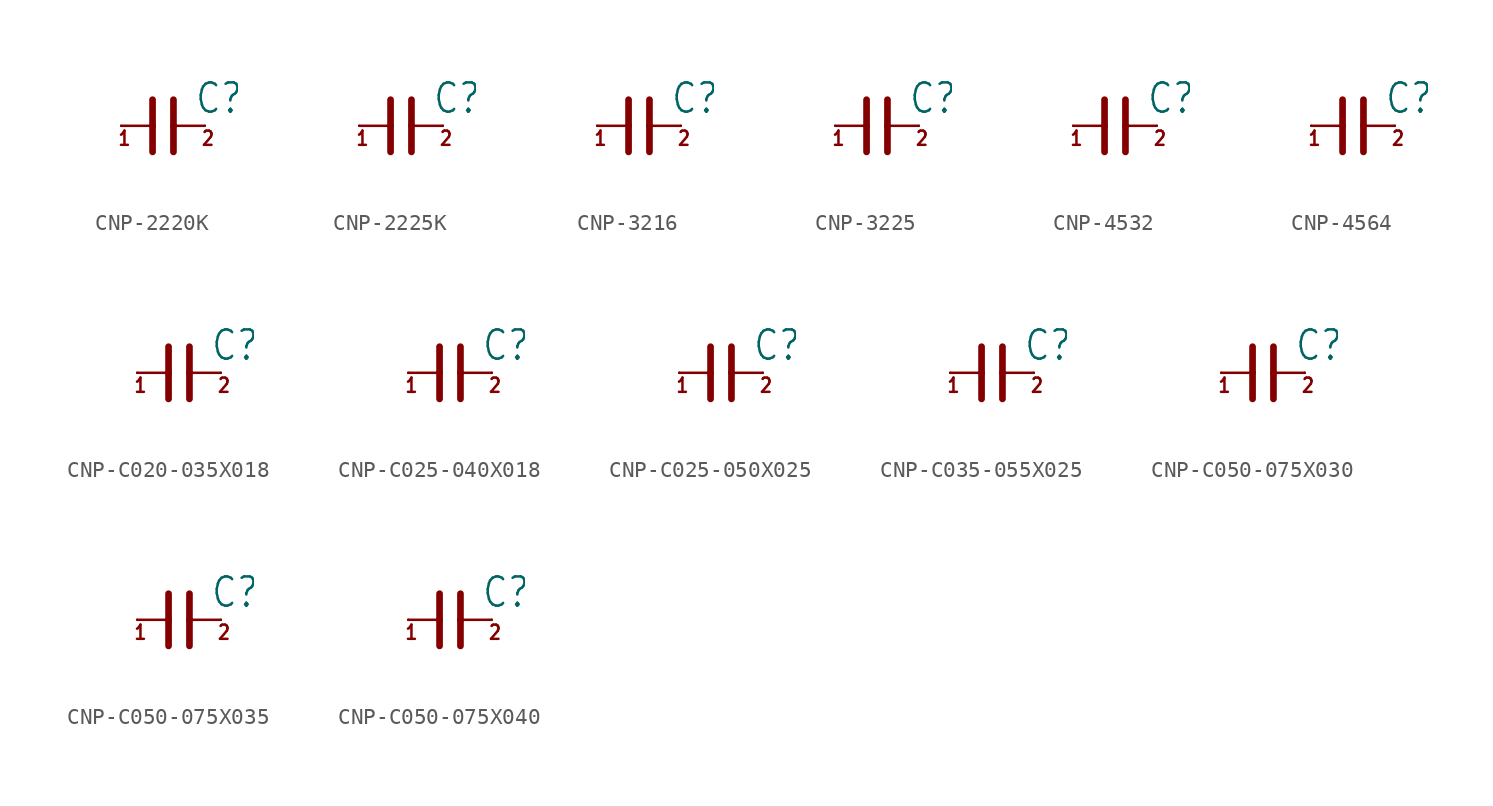
<source format=kicad_sym>
(kicad_symbol_lib
  (version 20241209)
  (generator "kicad_symbol_editor")
  (generator_version "9.0")
  (symbol "CNP-2220K"
    (property "Reference" "C"
      (at 1.905 0.635 0)
      (effects (font (size 1.778 1.511)) (justify left bottom)))
    (property "Value" ""
      (at -5.08 -4.128 0)
      (effects (font (size 1.778 1.511)) (justify left bottom)))
    (property "ki_locked" ""
      (at 0 0 0)
      (effects (font (size 1.27 1.27))))
    (symbol "CNP-2220K_1_0"
      (polyline (pts (xy -2.54 0) (xy -0.635 0)) (stroke (width 0.152) (type solid)) (fill (type none)))
      (polyline (pts (xy -0.635 1.587) (xy -0.635 0)) (stroke (width 0.406) (type solid)) (fill (type none)))
      (polyline (pts (xy -0.635 0) (xy -0.635 -1.587)) (stroke (width 0.406) (type solid)) (fill (type none)))
      (polyline (pts (xy 0.635 1.587) (xy 0.635 0)) (stroke (width 0.406) (type solid)) (fill (type none)))
      (polyline (pts (xy 0.635 0) (xy 0.635 -1.587)) (stroke (width 0.406) (type solid)) (fill (type none)))
      (polyline (pts (xy 2.54 0) (xy 0.635 0)) (stroke (width 0.152) (type solid)) (fill (type none)))
      (text "1" (at -2.794 -1.27 0) (effects (font (size 0.864 0.734)) (justify left bottom)))
      (text "2" (at 2.286 -1.27 0) (effects (font (size 0.864 0.734)) (justify left bottom)))
      (pin passive line (at -2.54 0 0) (length 0) (name "1" (effects (font (size 0 0)))) (number "1" (effects (font (size 0 0)))))
      (pin passive line (at 2.54 0 180) (length 0) (name "2" (effects (font (size 0 0)))) (number "2" (effects (font (size 0 0)))))))
  (symbol "CNP-2225K"
    (property "Reference" "C"
      (at 1.905 0.635 0)
      (effects (font (size 1.778 1.511)) (justify left bottom)))
    (property "Value" ""
      (at -5.08 -4.128 0)
      (effects (font (size 1.778 1.511)) (justify left bottom)))
    (property "ki_locked" ""
      (at 0 0 0)
      (effects (font (size 1.27 1.27))))
    (symbol "CNP-2225K_1_0"
      (polyline (pts (xy -2.54 0) (xy -0.635 0)) (stroke (width 0.152) (type solid)) (fill (type none)))
      (polyline (pts (xy -0.635 1.587) (xy -0.635 0)) (stroke (width 0.406) (type solid)) (fill (type none)))
      (polyline (pts (xy -0.635 0) (xy -0.635 -1.587)) (stroke (width 0.406) (type solid)) (fill (type none)))
      (polyline (pts (xy 0.635 1.587) (xy 0.635 0)) (stroke (width 0.406) (type solid)) (fill (type none)))
      (polyline (pts (xy 0.635 0) (xy 0.635 -1.587)) (stroke (width 0.406) (type solid)) (fill (type none)))
      (polyline (pts (xy 2.54 0) (xy 0.635 0)) (stroke (width 0.152) (type solid)) (fill (type none)))
      (text "1" (at -2.794 -1.27 0) (effects (font (size 0.864 0.734)) (justify left bottom)))
      (text "2" (at 2.286 -1.27 0) (effects (font (size 0.864 0.734)) (justify left bottom)))
      (pin passive line (at -2.54 0 0) (length 0) (name "1" (effects (font (size 0 0)))) (number "1" (effects (font (size 0 0)))))
      (pin passive line (at 2.54 0 180) (length 0) (name "2" (effects (font (size 0 0)))) (number "2" (effects (font (size 0 0)))))))
  (symbol "CNP-3216"
    (property "Reference" "C"
      (at 1.905 0.635 0)
      (effects (font (size 1.778 1.511)) (justify left bottom)))
    (property "Value" ""
      (at -5.08 -4.128 0)
      (effects (font (size 1.778 1.511)) (justify left bottom)))
    (property "ki_locked" ""
      (at 0 0 0)
      (effects (font (size 1.27 1.27))))
    (symbol "CNP-3216_1_0"
      (polyline (pts (xy -2.54 0) (xy -0.635 0)) (stroke (width 0.152) (type solid)) (fill (type none)))
      (polyline (pts (xy -0.635 1.587) (xy -0.635 0)) (stroke (width 0.406) (type solid)) (fill (type none)))
      (polyline (pts (xy -0.635 0) (xy -0.635 -1.587)) (stroke (width 0.406) (type solid)) (fill (type none)))
      (polyline (pts (xy 0.635 1.587) (xy 0.635 0)) (stroke (width 0.406) (type solid)) (fill (type none)))
      (polyline (pts (xy 0.635 0) (xy 0.635 -1.587)) (stroke (width 0.406) (type solid)) (fill (type none)))
      (polyline (pts (xy 2.54 0) (xy 0.635 0)) (stroke (width 0.152) (type solid)) (fill (type none)))
      (text "1" (at -2.794 -1.27 0) (effects (font (size 0.864 0.734)) (justify left bottom)))
      (text "2" (at 2.286 -1.27 0) (effects (font (size 0.864 0.734)) (justify left bottom)))
      (pin passive line (at -2.54 0 0) (length 0) (name "1" (effects (font (size 0 0)))) (number "1" (effects (font (size 0 0)))))
      (pin passive line (at 2.54 0 180) (length 0) (name "2" (effects (font (size 0 0)))) (number "2" (effects (font (size 0 0)))))))
  (symbol "CNP-3225"
    (property "Reference" "C"
      (at 1.905 0.635 0)
      (effects (font (size 1.778 1.511)) (justify left bottom)))
    (property "Value" ""
      (at -5.08 -4.128 0)
      (effects (font (size 1.778 1.511)) (justify left bottom)))
    (property "ki_locked" ""
      (at 0 0 0)
      (effects (font (size 1.27 1.27))))
    (symbol "CNP-3225_1_0"
      (polyline (pts (xy -2.54 0) (xy -0.635 0)) (stroke (width 0.152) (type solid)) (fill (type none)))
      (polyline (pts (xy -0.635 1.587) (xy -0.635 0)) (stroke (width 0.406) (type solid)) (fill (type none)))
      (polyline (pts (xy -0.635 0) (xy -0.635 -1.587)) (stroke (width 0.406) (type solid)) (fill (type none)))
      (polyline (pts (xy 0.635 1.587) (xy 0.635 0)) (stroke (width 0.406) (type solid)) (fill (type none)))
      (polyline (pts (xy 0.635 0) (xy 0.635 -1.587)) (stroke (width 0.406) (type solid)) (fill (type none)))
      (polyline (pts (xy 2.54 0) (xy 0.635 0)) (stroke (width 0.152) (type solid)) (fill (type none)))
      (text "1" (at -2.794 -1.27 0) (effects (font (size 0.864 0.734)) (justify left bottom)))
      (text "2" (at 2.286 -1.27 0) (effects (font (size 0.864 0.734)) (justify left bottom)))
      (pin passive line (at -2.54 0 0) (length 0) (name "1" (effects (font (size 0 0)))) (number "1" (effects (font (size 0 0)))))
      (pin passive line (at 2.54 0 180) (length 0) (name "2" (effects (font (size 0 0)))) (number "2" (effects (font (size 0 0)))))))
  (symbol "CNP-4532"
    (property "Reference" "C"
      (at 1.905 0.635 0)
      (effects (font (size 1.778 1.511)) (justify left bottom)))
    (property "Value" ""
      (at -5.08 -4.128 0)
      (effects (font (size 1.778 1.511)) (justify left bottom)))
    (property "ki_locked" ""
      (at 0 0 0)
      (effects (font (size 1.27 1.27))))
    (symbol "CNP-4532_1_0"
      (polyline (pts (xy -2.54 0) (xy -0.635 0)) (stroke (width 0.152) (type solid)) (fill (type none)))
      (polyline (pts (xy -0.635 1.587) (xy -0.635 0)) (stroke (width 0.406) (type solid)) (fill (type none)))
      (polyline (pts (xy -0.635 0) (xy -0.635 -1.587)) (stroke (width 0.406) (type solid)) (fill (type none)))
      (polyline (pts (xy 0.635 1.587) (xy 0.635 0)) (stroke (width 0.406) (type solid)) (fill (type none)))
      (polyline (pts (xy 0.635 0) (xy 0.635 -1.587)) (stroke (width 0.406) (type solid)) (fill (type none)))
      (polyline (pts (xy 2.54 0) (xy 0.635 0)) (stroke (width 0.152) (type solid)) (fill (type none)))
      (text "1" (at -2.794 -1.27 0) (effects (font (size 0.864 0.734)) (justify left bottom)))
      (text "2" (at 2.286 -1.27 0) (effects (font (size 0.864 0.734)) (justify left bottom)))
      (pin passive line (at -2.54 0 0) (length 0) (name "1" (effects (font (size 0 0)))) (number "1" (effects (font (size 0 0)))))
      (pin passive line (at 2.54 0 180) (length 0) (name "2" (effects (font (size 0 0)))) (number "2" (effects (font (size 0 0)))))))
  (symbol "CNP-4564"
    (property "Reference" "C"
      (at 1.905 0.635 0)
      (effects (font (size 1.778 1.511)) (justify left bottom)))
    (property "Value" ""
      (at -5.08 -4.128 0)
      (effects (font (size 1.778 1.511)) (justify left bottom)))
    (property "ki_locked" ""
      (at 0 0 0)
      (effects (font (size 1.27 1.27))))
    (symbol "CNP-4564_1_0"
      (polyline (pts (xy -2.54 0) (xy -0.635 0)) (stroke (width 0.152) (type solid)) (fill (type none)))
      (polyline (pts (xy -0.635 1.587) (xy -0.635 0)) (stroke (width 0.406) (type solid)) (fill (type none)))
      (polyline (pts (xy -0.635 0) (xy -0.635 -1.587)) (stroke (width 0.406) (type solid)) (fill (type none)))
      (polyline (pts (xy 0.635 1.587) (xy 0.635 0)) (stroke (width 0.406) (type solid)) (fill (type none)))
      (polyline (pts (xy 0.635 0) (xy 0.635 -1.587)) (stroke (width 0.406) (type solid)) (fill (type none)))
      (polyline (pts (xy 2.54 0) (xy 0.635 0)) (stroke (width 0.152) (type solid)) (fill (type none)))
      (text "1" (at -2.794 -1.27 0) (effects (font (size 0.864 0.734)) (justify left bottom)))
      (text "2" (at 2.286 -1.27 0) (effects (font (size 0.864 0.734)) (justify left bottom)))
      (pin passive line (at -2.54 0 0) (length 0) (name "1" (effects (font (size 0 0)))) (number "1" (effects (font (size 0 0)))))
      (pin passive line (at 2.54 0 180) (length 0) (name "2" (effects (font (size 0 0)))) (number "2" (effects (font (size 0 0)))))))
  (symbol "CNP-C020-035X018"
    (property "Reference" "C"
      (at 1.905 0.635 0)
      (effects (font (size 1.778 1.511)) (justify left bottom)))
    (property "Value" ""
      (at -5.08 -4.128 0)
      (effects (font (size 1.778 1.511)) (justify left bottom)))
    (property "ki_locked" ""
      (at 0 0 0)
      (effects (font (size 1.27 1.27))))
    (symbol "CNP-C020-035X018_1_0"
      (polyline (pts (xy -2.54 0) (xy -0.635 0)) (stroke (width 0.152) (type solid)) (fill (type none)))
      (polyline (pts (xy -0.635 1.587) (xy -0.635 0)) (stroke (width 0.406) (type solid)) (fill (type none)))
      (polyline (pts (xy -0.635 0) (xy -0.635 -1.587)) (stroke (width 0.406) (type solid)) (fill (type none)))
      (polyline (pts (xy 0.635 1.587) (xy 0.635 0)) (stroke (width 0.406) (type solid)) (fill (type none)))
      (polyline (pts (xy 0.635 0) (xy 0.635 -1.587)) (stroke (width 0.406) (type solid)) (fill (type none)))
      (polyline (pts (xy 2.54 0) (xy 0.635 0)) (stroke (width 0.152) (type solid)) (fill (type none)))
      (text "1" (at -2.794 -1.27 0) (effects (font (size 0.864 0.734)) (justify left bottom)))
      (text "2" (at 2.286 -1.27 0) (effects (font (size 0.864 0.734)) (justify left bottom)))
      (pin passive line (at -2.54 0 0) (length 0) (name "1" (effects (font (size 0 0)))) (number "1" (effects (font (size 0 0)))))
      (pin passive line (at 2.54 0 180) (length 0) (name "2" (effects (font (size 0 0)))) (number "2" (effects (font (size 0 0)))))))
  (symbol "CNP-C025-040X018"
    (property "Reference" "C"
      (at 1.905 0.635 0)
      (effects (font (size 1.778 1.511)) (justify left bottom)))
    (property "Value" ""
      (at -5.08 -4.128 0)
      (effects (font (size 1.778 1.511)) (justify left bottom)))
    (property "ki_locked" ""
      (at 0 0 0)
      (effects (font (size 1.27 1.27))))
    (symbol "CNP-C025-040X018_1_0"
      (polyline (pts (xy -2.54 0) (xy -0.635 0)) (stroke (width 0.152) (type solid)) (fill (type none)))
      (polyline (pts (xy -0.635 1.587) (xy -0.635 0)) (stroke (width 0.406) (type solid)) (fill (type none)))
      (polyline (pts (xy -0.635 0) (xy -0.635 -1.587)) (stroke (width 0.406) (type solid)) (fill (type none)))
      (polyline (pts (xy 0.635 1.587) (xy 0.635 0)) (stroke (width 0.406) (type solid)) (fill (type none)))
      (polyline (pts (xy 0.635 0) (xy 0.635 -1.587)) (stroke (width 0.406) (type solid)) (fill (type none)))
      (polyline (pts (xy 2.54 0) (xy 0.635 0)) (stroke (width 0.152) (type solid)) (fill (type none)))
      (text "1" (at -2.794 -1.27 0) (effects (font (size 0.864 0.734)) (justify left bottom)))
      (text "2" (at 2.286 -1.27 0) (effects (font (size 0.864 0.734)) (justify left bottom)))
      (pin passive line (at -2.54 0 0) (length 0) (name "1" (effects (font (size 0 0)))) (number "1" (effects (font (size 0 0)))))
      (pin passive line (at 2.54 0 180) (length 0) (name "2" (effects (font (size 0 0)))) (number "2" (effects (font (size 0 0)))))))
  (symbol "CNP-C025-050X025"
    (property "Reference" "C"
      (at 1.905 0.635 0)
      (effects (font (size 1.778 1.511)) (justify left bottom)))
    (property "Value" ""
      (at -5.08 -4.128 0)
      (effects (font (size 1.778 1.511)) (justify left bottom)))
    (property "ki_locked" ""
      (at 0 0 0)
      (effects (font (size 1.27 1.27))))
    (symbol "CNP-C025-050X025_1_0"
      (polyline (pts (xy -2.54 0) (xy -0.635 0)) (stroke (width 0.152) (type solid)) (fill (type none)))
      (polyline (pts (xy -0.635 1.587) (xy -0.635 0)) (stroke (width 0.406) (type solid)) (fill (type none)))
      (polyline (pts (xy -0.635 0) (xy -0.635 -1.587)) (stroke (width 0.406) (type solid)) (fill (type none)))
      (polyline (pts (xy 0.635 1.587) (xy 0.635 0)) (stroke (width 0.406) (type solid)) (fill (type none)))
      (polyline (pts (xy 0.635 0) (xy 0.635 -1.587)) (stroke (width 0.406) (type solid)) (fill (type none)))
      (polyline (pts (xy 2.54 0) (xy 0.635 0)) (stroke (width 0.152) (type solid)) (fill (type none)))
      (text "1" (at -2.794 -1.27 0) (effects (font (size 0.864 0.734)) (justify left bottom)))
      (text "2" (at 2.286 -1.27 0) (effects (font (size 0.864 0.734)) (justify left bottom)))
      (pin passive line (at -2.54 0 0) (length 0) (name "1" (effects (font (size 0 0)))) (number "1" (effects (font (size 0 0)))))
      (pin passive line (at 2.54 0 180) (length 0) (name "2" (effects (font (size 0 0)))) (number "2" (effects (font (size 0 0)))))))
  (symbol "CNP-C035-055X025"
    (property "Reference" "C"
      (at 1.905 0.635 0)
      (effects (font (size 1.778 1.511)) (justify left bottom)))
    (property "Value" ""
      (at -5.08 -4.128 0)
      (effects (font (size 1.778 1.511)) (justify left bottom)))
    (property "ki_locked" ""
      (at 0 0 0)
      (effects (font (size 1.27 1.27))))
    (symbol "CNP-C035-055X025_1_0"
      (polyline (pts (xy -2.54 0) (xy -0.635 0)) (stroke (width 0.152) (type solid)) (fill (type none)))
      (polyline (pts (xy -0.635 1.587) (xy -0.635 0)) (stroke (width 0.406) (type solid)) (fill (type none)))
      (polyline (pts (xy -0.635 0) (xy -0.635 -1.587)) (stroke (width 0.406) (type solid)) (fill (type none)))
      (polyline (pts (xy 0.635 1.587) (xy 0.635 0)) (stroke (width 0.406) (type solid)) (fill (type none)))
      (polyline (pts (xy 0.635 0) (xy 0.635 -1.587)) (stroke (width 0.406) (type solid)) (fill (type none)))
      (polyline (pts (xy 2.54 0) (xy 0.635 0)) (stroke (width 0.152) (type solid)) (fill (type none)))
      (text "1" (at -2.794 -1.27 0) (effects (font (size 0.864 0.734)) (justify left bottom)))
      (text "2" (at 2.286 -1.27 0) (effects (font (size 0.864 0.734)) (justify left bottom)))
      (pin passive line (at -2.54 0 0) (length 0) (name "1" (effects (font (size 0 0)))) (number "1" (effects (font (size 0 0)))))
      (pin passive line (at 2.54 0 180) (length 0) (name "2" (effects (font (size 0 0)))) (number "2" (effects (font (size 0 0)))))))
  (symbol "CNP-C050-075X030"
    (property "Reference" "C"
      (at 1.905 0.635 0)
      (effects (font (size 1.778 1.511)) (justify left bottom)))
    (property "Value" ""
      (at -5.08 -4.128 0)
      (effects (font (size 1.778 1.511)) (justify left bottom)))
    (property "ki_locked" ""
      (at 0 0 0)
      (effects (font (size 1.27 1.27))))
    (symbol "CNP-C050-075X030_1_0"
      (polyline (pts (xy -2.54 0) (xy -0.635 0)) (stroke (width 0.152) (type solid)) (fill (type none)))
      (polyline (pts (xy -0.635 1.587) (xy -0.635 0)) (stroke (width 0.406) (type solid)) (fill (type none)))
      (polyline (pts (xy -0.635 0) (xy -0.635 -1.587)) (stroke (width 0.406) (type solid)) (fill (type none)))
      (polyline (pts (xy 0.635 1.587) (xy 0.635 0)) (stroke (width 0.406) (type solid)) (fill (type none)))
      (polyline (pts (xy 0.635 0) (xy 0.635 -1.587)) (stroke (width 0.406) (type solid)) (fill (type none)))
      (polyline (pts (xy 2.54 0) (xy 0.635 0)) (stroke (width 0.152) (type solid)) (fill (type none)))
      (text "1" (at -2.794 -1.27 0) (effects (font (size 0.864 0.734)) (justify left bottom)))
      (text "2" (at 2.286 -1.27 0) (effects (font (size 0.864 0.734)) (justify left bottom)))
      (pin passive line (at -2.54 0 0) (length 0) (name "1" (effects (font (size 0 0)))) (number "1" (effects (font (size 0 0)))))
      (pin passive line (at 2.54 0 180) (length 0) (name "2" (effects (font (size 0 0)))) (number "2" (effects (font (size 0 0)))))))
  (symbol "CNP-C050-075X035"
    (property "Reference" "C"
      (at 1.905 0.635 0)
      (effects (font (size 1.778 1.511)) (justify left bottom)))
    (property "Value" ""
      (at -5.08 -4.128 0)
      (effects (font (size 1.778 1.511)) (justify left bottom)))
    (property "ki_locked" ""
      (at 0 0 0)
      (effects (font (size 1.27 1.27))))
    (symbol "CNP-C050-075X035_1_0"
      (polyline (pts (xy -2.54 0) (xy -0.635 0)) (stroke (width 0.152) (type solid)) (fill (type none)))
      (polyline (pts (xy -0.635 1.587) (xy -0.635 0)) (stroke (width 0.406) (type solid)) (fill (type none)))
      (polyline (pts (xy -0.635 0) (xy -0.635 -1.587)) (stroke (width 0.406) (type solid)) (fill (type none)))
      (polyline (pts (xy 0.635 1.587) (xy 0.635 0)) (stroke (width 0.406) (type solid)) (fill (type none)))
      (polyline (pts (xy 0.635 0) (xy 0.635 -1.587)) (stroke (width 0.406) (type solid)) (fill (type none)))
      (polyline (pts (xy 2.54 0) (xy 0.635 0)) (stroke (width 0.152) (type solid)) (fill (type none)))
      (text "1" (at -2.794 -1.27 0) (effects (font (size 0.864 0.734)) (justify left bottom)))
      (text "2" (at 2.286 -1.27 0) (effects (font (size 0.864 0.734)) (justify left bottom)))
      (pin passive line (at -2.54 0 0) (length 0) (name "1" (effects (font (size 0 0)))) (number "1" (effects (font (size 0 0)))))
      (pin passive line (at 2.54 0 180) (length 0) (name "2" (effects (font (size 0 0)))) (number "2" (effects (font (size 0 0)))))))
  (symbol "CNP-C050-075X040"
    (property "Reference" "C"
      (at 1.905 0.635 0)
      (effects (font (size 1.778 1.511)) (justify left bottom)))
    (property "Value" ""
      (at -5.08 -4.128 0)
      (effects (font (size 1.778 1.511)) (justify left bottom)))
    (property "ki_locked" ""
      (at 0 0 0)
      (effects (font (size 1.27 1.27))))
    (symbol "CNP-C050-075X040_1_0"
      (polyline (pts (xy -2.54 0) (xy -0.635 0)) (stroke (width 0.152) (type solid)) (fill (type none)))
      (polyline (pts (xy -0.635 1.587) (xy -0.635 0)) (stroke (width 0.406) (type solid)) (fill (type none)))
      (polyline (pts (xy -0.635 0) (xy -0.635 -1.587)) (stroke (width 0.406) (type solid)) (fill (type none)))
      (polyline (pts (xy 0.635 1.587) (xy 0.635 0)) (stroke (width 0.406) (type solid)) (fill (type none)))
      (polyline (pts (xy 0.635 0) (xy 0.635 -1.587)) (stroke (width 0.406) (type solid)) (fill (type none)))
      (polyline (pts (xy 2.54 0) (xy 0.635 0)) (stroke (width 0.152) (type solid)) (fill (type none)))
      (text "1" (at -2.794 -1.27 0) (effects (font (size 0.864 0.734)) (justify left bottom)))
      (text "2" (at 2.286 -1.27 0) (effects (font (size 0.864 0.734)) (justify left bottom)))
      (pin passive line (at -2.54 0 0) (length 0) (name "1" (effects (font (size 0 0)))) (number "1" (effects (font (size 0 0)))))
      (pin passive line (at 2.54 0 180) (length 0) (name "2" (effects (font (size 0 0)))) (number "2" (effects (font (size 0 0))))))))
</source>
